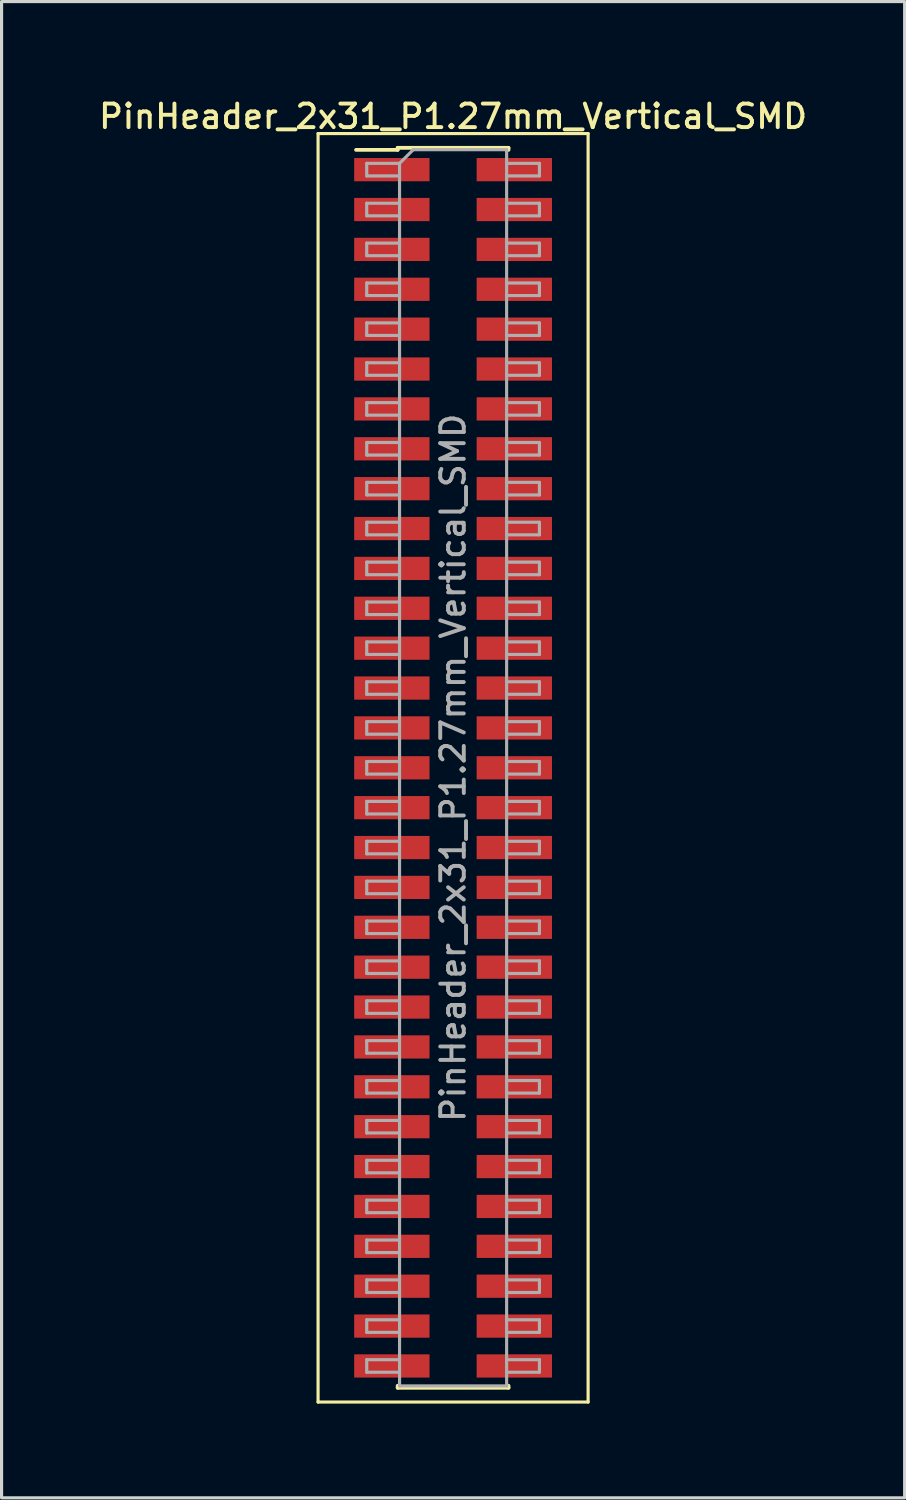
<source format=kicad_pcb>
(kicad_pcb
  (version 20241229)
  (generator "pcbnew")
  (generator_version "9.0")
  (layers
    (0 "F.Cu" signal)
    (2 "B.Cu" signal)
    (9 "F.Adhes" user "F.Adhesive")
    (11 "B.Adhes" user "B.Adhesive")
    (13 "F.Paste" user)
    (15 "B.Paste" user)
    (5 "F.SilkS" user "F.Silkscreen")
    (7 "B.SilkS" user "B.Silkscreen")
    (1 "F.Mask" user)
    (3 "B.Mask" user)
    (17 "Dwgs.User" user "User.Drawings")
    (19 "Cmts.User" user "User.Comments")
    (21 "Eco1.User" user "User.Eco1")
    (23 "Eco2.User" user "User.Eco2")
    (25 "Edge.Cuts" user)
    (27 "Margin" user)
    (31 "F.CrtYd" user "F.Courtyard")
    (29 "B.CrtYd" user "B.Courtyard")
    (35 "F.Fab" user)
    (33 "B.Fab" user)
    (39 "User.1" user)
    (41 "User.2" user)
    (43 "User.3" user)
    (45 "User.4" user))
  (footprint "PinHeader_2x31_P1.27mm_Vertical_SMD"
    (layer "F.Cu")
    (at 11.38 21.403)
    (property "Reference" "PinHeader_2x31_P1.27mm_Vertical_SMD" (at 0 -20.745 0) (layer "F.SilkS") (effects (font (size 0.75 0.75) (thickness 0.125))))
    (attr smd)
    (fp_line (start -4.3 -20.2) (end -4.3 20.2) (stroke (width 0.1) (type solid)) (layer "F.SilkS"))
    (fp_line (start -4.3 20.2) (end 4.3 20.2) (stroke (width 0.1) (type solid)) (layer "F.SilkS"))
    (fp_line (start -3.09 -19.68) (end -1.765 -19.68) (stroke (width 0.12) (type solid)) (layer "F.SilkS"))
    (fp_line (start -1.765 -19.745) (end -1.765 -19.68) (stroke (width 0.12) (type solid)) (layer "F.SilkS"))
    (fp_line (start -1.765 -19.745) (end 1.765 -19.745) (stroke (width 0.12) (type solid)) (layer "F.SilkS"))
    (fp_line (start -1.765 19.68) (end -1.765 19.745) (stroke (width 0.12) (type solid)) (layer "F.SilkS"))
    (fp_line (start -1.765 19.745) (end 1.765 19.745) (stroke (width 0.12) (type solid)) (layer "F.SilkS"))
    (fp_line (start 1.765 -19.745) (end 1.765 -19.68) (stroke (width 0.12) (type solid)) (layer "F.SilkS"))
    (fp_line (start 1.765 19.68) (end 1.765 19.745) (stroke (width 0.12) (type solid)) (layer "F.SilkS"))
    (fp_line (start 4.3 -20.2) (end -4.3 -20.2) (stroke (width 0.1) (type solid)) (layer "F.SilkS"))
    (fp_line (start 4.3 20.2) (end 4.3 -20.2) (stroke (width 0.1) (type solid)) (layer "F.SilkS"))
    (fp_line (start -2.75 -19.25) (end -2.75 -18.85) (stroke (width 0.1) (type solid)) (layer "F.Fab"))
    (fp_line (start -2.75 -18.85) (end -1.705 -18.85) (stroke (width 0.1) (type solid)) (layer "F.Fab"))
    (fp_line (start -2.75 -17.98) (end -2.75 -17.58) (stroke (width 0.1) (type solid)) (layer "F.Fab"))
    (fp_line (start -2.75 -17.58) (end -1.705 -17.58) (stroke (width 0.1) (type solid)) (layer "F.Fab"))
    (fp_line (start -2.75 -16.71) (end -2.75 -16.31) (stroke (width 0.1) (type solid)) (layer "F.Fab"))
    (fp_line (start -2.75 -16.31) (end -1.705 -16.31) (stroke (width 0.1) (type solid)) (layer "F.Fab"))
    (fp_line (start -2.75 -15.44) (end -2.75 -15.04) (stroke (width 0.1) (type solid)) (layer "F.Fab"))
    (fp_line (start -2.75 -15.04) (end -1.705 -15.04) (stroke (width 0.1) (type solid)) (layer "F.Fab"))
    (fp_line (start -2.75 -14.17) (end -2.75 -13.77) (stroke (width 0.1) (type solid)) (layer "F.Fab"))
    (fp_line (start -2.75 -13.77) (end -1.705 -13.77) (stroke (width 0.1) (type solid)) (layer "F.Fab"))
    (fp_line (start -2.75 -12.9) (end -2.75 -12.5) (stroke (width 0.1) (type solid)) (layer "F.Fab"))
    (fp_line (start -2.75 -12.5) (end -1.705 -12.5) (stroke (width 0.1) (type solid)) (layer "F.Fab"))
    (fp_line (start -2.75 -11.63) (end -2.75 -11.23) (stroke (width 0.1) (type solid)) (layer "F.Fab"))
    (fp_line (start -2.75 -11.23) (end -1.705 -11.23) (stroke (width 0.1) (type solid)) (layer "F.Fab"))
    (fp_line (start -2.75 -10.36) (end -2.75 -9.96) (stroke (width 0.1) (type solid)) (layer "F.Fab"))
    (fp_line (start -2.75 -9.96) (end -1.705 -9.96) (stroke (width 0.1) (type solid)) (layer "F.Fab"))
    (fp_line (start -2.75 -9.09) (end -2.75 -8.69) (stroke (width 0.1) (type solid)) (layer "F.Fab"))
    (fp_line (start -2.75 -8.69) (end -1.705 -8.69) (stroke (width 0.1) (type solid)) (layer "F.Fab"))
    (fp_line (start -2.75 -7.82) (end -2.75 -7.42) (stroke (width 0.1) (type solid)) (layer "F.Fab"))
    (fp_line (start -2.75 -7.42) (end -1.705 -7.42) (stroke (width 0.1) (type solid)) (layer "F.Fab"))
    (fp_line (start -2.75 -6.55) (end -2.75 -6.15) (stroke (width 0.1) (type solid)) (layer "F.Fab"))
    (fp_line (start -2.75 -6.15) (end -1.705 -6.15) (stroke (width 0.1) (type solid)) (layer "F.Fab"))
    (fp_line (start -2.75 -5.28) (end -2.75 -4.88) (stroke (width 0.1) (type solid)) (layer "F.Fab"))
    (fp_line (start -2.75 -4.88) (end -1.705 -4.88) (stroke (width 0.1) (type solid)) (layer "F.Fab"))
    (fp_line (start -2.75 -4.01) (end -2.75 -3.61) (stroke (width 0.1) (type solid)) (layer "F.Fab"))
    (fp_line (start -2.75 -3.61) (end -1.705 -3.61) (stroke (width 0.1) (type solid)) (layer "F.Fab"))
    (fp_line (start -2.75 -2.74) (end -2.75 -2.34) (stroke (width 0.1) (type solid)) (layer "F.Fab"))
    (fp_line (start -2.75 -2.34) (end -1.705 -2.34) (stroke (width 0.1) (type solid)) (layer "F.Fab"))
    (fp_line (start -2.75 -1.47) (end -2.75 -1.07) (stroke (width 0.1) (type solid)) (layer "F.Fab"))
    (fp_line (start -2.75 -1.07) (end -1.705 -1.07) (stroke (width 0.1) (type solid)) (layer "F.Fab"))
    (fp_line (start -2.75 -0.2) (end -2.75 0.2) (stroke (width 0.1) (type solid)) (layer "F.Fab"))
    (fp_line (start -2.75 0.2) (end -1.705 0.2) (stroke (width 0.1) (type solid)) (layer "F.Fab"))
    (fp_line (start -2.75 1.07) (end -2.75 1.47) (stroke (width 0.1) (type solid)) (layer "F.Fab"))
    (fp_line (start -2.75 1.47) (end -1.705 1.47) (stroke (width 0.1) (type solid)) (layer "F.Fab"))
    (fp_line (start -2.75 2.34) (end -2.75 2.74) (stroke (width 0.1) (type solid)) (layer "F.Fab"))
    (fp_line (start -2.75 2.74) (end -1.705 2.74) (stroke (width 0.1) (type solid)) (layer "F.Fab"))
    (fp_line (start -2.75 3.61) (end -2.75 4.01) (stroke (width 0.1) (type solid)) (layer "F.Fab"))
    (fp_line (start -2.75 4.01) (end -1.705 4.01) (stroke (width 0.1) (type solid)) (layer "F.Fab"))
    (fp_line (start -2.75 4.88) (end -2.75 5.28) (stroke (width 0.1) (type solid)) (layer "F.Fab"))
    (fp_line (start -2.75 5.28) (end -1.705 5.28) (stroke (width 0.1) (type solid)) (layer "F.Fab"))
    (fp_line (start -2.75 6.15) (end -2.75 6.55) (stroke (width 0.1) (type solid)) (layer "F.Fab"))
    (fp_line (start -2.75 6.55) (end -1.705 6.55) (stroke (width 0.1) (type solid)) (layer "F.Fab"))
    (fp_line (start -2.75 7.42) (end -2.75 7.82) (stroke (width 0.1) (type solid)) (layer "F.Fab"))
    (fp_line (start -2.75 7.82) (end -1.705 7.82) (stroke (width 0.1) (type solid)) (layer "F.Fab"))
    (fp_line (start -2.75 8.69) (end -2.75 9.09) (stroke (width 0.1) (type solid)) (layer "F.Fab"))
    (fp_line (start -2.75 9.09) (end -1.705 9.09) (stroke (width 0.1) (type solid)) (layer "F.Fab"))
    (fp_line (start -2.75 9.96) (end -2.75 10.36) (stroke (width 0.1) (type solid)) (layer "F.Fab"))
    (fp_line (start -2.75 10.36) (end -1.705 10.36) (stroke (width 0.1) (type solid)) (layer "F.Fab"))
    (fp_line (start -2.75 11.23) (end -2.75 11.63) (stroke (width 0.1) (type solid)) (layer "F.Fab"))
    (fp_line (start -2.75 11.63) (end -1.705 11.63) (stroke (width 0.1) (type solid)) (layer "F.Fab"))
    (fp_line (start -2.75 12.5) (end -2.75 12.9) (stroke (width 0.1) (type solid)) (layer "F.Fab"))
    (fp_line (start -2.75 12.9) (end -1.705 12.9) (stroke (width 0.1) (type solid)) (layer "F.Fab"))
    (fp_line (start -2.75 13.77) (end -2.75 14.17) (stroke (width 0.1) (type solid)) (layer "F.Fab"))
    (fp_line (start -2.75 14.17) (end -1.705 14.17) (stroke (width 0.1) (type solid)) (layer "F.Fab"))
    (fp_line (start -2.75 15.04) (end -2.75 15.44) (stroke (width 0.1) (type solid)) (layer "F.Fab"))
    (fp_line (start -2.75 15.44) (end -1.705 15.44) (stroke (width 0.1) (type solid)) (layer "F.Fab"))
    (fp_line (start -2.75 16.31) (end -2.75 16.71) (stroke (width 0.1) (type solid)) (layer "F.Fab"))
    (fp_line (start -2.75 16.71) (end -1.705 16.71) (stroke (width 0.1) (type solid)) (layer "F.Fab"))
    (fp_line (start -2.75 17.58) (end -2.75 17.98) (stroke (width 0.1) (type solid)) (layer "F.Fab"))
    (fp_line (start -2.75 17.98) (end -1.705 17.98) (stroke (width 0.1) (type solid)) (layer "F.Fab"))
    (fp_line (start -2.75 18.85) (end -2.75 19.25) (stroke (width 0.1) (type solid)) (layer "F.Fab"))
    (fp_line (start -2.75 19.25) (end -1.705 19.25) (stroke (width 0.1) (type solid)) (layer "F.Fab"))
    (fp_line (start -1.705 -19.25) (end -2.75 -19.25) (stroke (width 0.1) (type solid)) (layer "F.Fab"))
    (fp_line (start -1.705 -19.25) (end -1.27 -19.685) (stroke (width 0.1) (type solid)) (layer "F.Fab"))
    (fp_line (start -1.705 -17.98) (end -2.75 -17.98) (stroke (width 0.1) (type solid)) (layer "F.Fab"))
    (fp_line (start -1.705 -16.71) (end -2.75 -16.71) (stroke (width 0.1) (type solid)) (layer "F.Fab"))
    (fp_line (start -1.705 -15.44) (end -2.75 -15.44) (stroke (width 0.1) (type solid)) (layer "F.Fab"))
    (fp_line (start -1.705 -14.17) (end -2.75 -14.17) (stroke (width 0.1) (type solid)) (layer "F.Fab"))
    (fp_line (start -1.705 -12.9) (end -2.75 -12.9) (stroke (width 0.1) (type solid)) (layer "F.Fab"))
    (fp_line (start -1.705 -11.63) (end -2.75 -11.63) (stroke (width 0.1) (type solid)) (layer "F.Fab"))
    (fp_line (start -1.705 -10.36) (end -2.75 -10.36) (stroke (width 0.1) (type solid)) (layer "F.Fab"))
    (fp_line (start -1.705 -9.09) (end -2.75 -9.09) (stroke (width 0.1) (type solid)) (layer "F.Fab"))
    (fp_line (start -1.705 -7.82) (end -2.75 -7.82) (stroke (width 0.1) (type solid)) (layer "F.Fab"))
    (fp_line (start -1.705 -6.55) (end -2.75 -6.55) (stroke (width 0.1) (type solid)) (layer "F.Fab"))
    (fp_line (start -1.705 -5.28) (end -2.75 -5.28) (stroke (width 0.1) (type solid)) (layer "F.Fab"))
    (fp_line (start -1.705 -4.01) (end -2.75 -4.01) (stroke (width 0.1) (type solid)) (layer "F.Fab"))
    (fp_line (start -1.705 -2.74) (end -2.75 -2.74) (stroke (width 0.1) (type solid)) (layer "F.Fab"))
    (fp_line (start -1.705 -1.47) (end -2.75 -1.47) (stroke (width 0.1) (type solid)) (layer "F.Fab"))
    (fp_line (start -1.705 -0.2) (end -2.75 -0.2) (stroke (width 0.1) (type solid)) (layer "F.Fab"))
    (fp_line (start -1.705 1.07) (end -2.75 1.07) (stroke (width 0.1) (type solid)) (layer "F.Fab"))
    (fp_line (start -1.705 2.34) (end -2.75 2.34) (stroke (width 0.1) (type solid)) (layer "F.Fab"))
    (fp_line (start -1.705 3.61) (end -2.75 3.61) (stroke (width 0.1) (type solid)) (layer "F.Fab"))
    (fp_line (start -1.705 4.88) (end -2.75 4.88) (stroke (width 0.1) (type solid)) (layer "F.Fab"))
    (fp_line (start -1.705 6.15) (end -2.75 6.15) (stroke (width 0.1) (type solid)) (layer "F.Fab"))
    (fp_line (start -1.705 7.42) (end -2.75 7.42) (stroke (width 0.1) (type solid)) (layer "F.Fab"))
    (fp_line (start -1.705 8.69) (end -2.75 8.69) (stroke (width 0.1) (type solid)) (layer "F.Fab"))
    (fp_line (start -1.705 9.96) (end -2.75 9.96) (stroke (width 0.1) (type solid)) (layer "F.Fab"))
    (fp_line (start -1.705 11.23) (end -2.75 11.23) (stroke (width 0.1) (type solid)) (layer "F.Fab"))
    (fp_line (start -1.705 12.5) (end -2.75 12.5) (stroke (width 0.1) (type solid)) (layer "F.Fab"))
    (fp_line (start -1.705 13.77) (end -2.75 13.77) (stroke (width 0.1) (type solid)) (layer "F.Fab"))
    (fp_line (start -1.705 15.04) (end -2.75 15.04) (stroke (width 0.1) (type solid)) (layer "F.Fab"))
    (fp_line (start -1.705 16.31) (end -2.75 16.31) (stroke (width 0.1) (type solid)) (layer "F.Fab"))
    (fp_line (start -1.705 17.58) (end -2.75 17.58) (stroke (width 0.1) (type solid)) (layer "F.Fab"))
    (fp_line (start -1.705 18.85) (end -2.75 18.85) (stroke (width 0.1) (type solid)) (layer "F.Fab"))
    (fp_line (start -1.705 19.685) (end -1.705 -19.25) (stroke (width 0.1) (type solid)) (layer "F.Fab"))
    (fp_line (start -1.27 -19.685) (end 1.705 -19.685) (stroke (width 0.1) (type solid)) (layer "F.Fab"))
    (fp_line (start 1.705 -19.685) (end 1.705 19.685) (stroke (width 0.1) (type solid)) (layer "F.Fab"))
    (fp_line (start 1.705 -19.25) (end 2.75 -19.25) (stroke (width 0.1) (type solid)) (layer "F.Fab"))
    (fp_line (start 1.705 -17.98) (end 2.75 -17.98) (stroke (width 0.1) (type solid)) (layer "F.Fab"))
    (fp_line (start 1.705 -16.71) (end 2.75 -16.71) (stroke (width 0.1) (type solid)) (layer "F.Fab"))
    (fp_line (start 1.705 -15.44) (end 2.75 -15.44) (stroke (width 0.1) (type solid)) (layer "F.Fab"))
    (fp_line (start 1.705 -14.17) (end 2.75 -14.17) (stroke (width 0.1) (type solid)) (layer "F.Fab"))
    (fp_line (start 1.705 -12.9) (end 2.75 -12.9) (stroke (width 0.1) (type solid)) (layer "F.Fab"))
    (fp_line (start 1.705 -11.63) (end 2.75 -11.63) (stroke (width 0.1) (type solid)) (layer "F.Fab"))
    (fp_line (start 1.705 -10.36) (end 2.75 -10.36) (stroke (width 0.1) (type solid)) (layer "F.Fab"))
    (fp_line (start 1.705 -9.09) (end 2.75 -9.09) (stroke (width 0.1) (type solid)) (layer "F.Fab"))
    (fp_line (start 1.705 -7.82) (end 2.75 -7.82) (stroke (width 0.1) (type solid)) (layer "F.Fab"))
    (fp_line (start 1.705 -6.55) (end 2.75 -6.55) (stroke (width 0.1) (type solid)) (layer "F.Fab"))
    (fp_line (start 1.705 -5.28) (end 2.75 -5.28) (stroke (width 0.1) (type solid)) (layer "F.Fab"))
    (fp_line (start 1.705 -4.01) (end 2.75 -4.01) (stroke (width 0.1) (type solid)) (layer "F.Fab"))
    (fp_line (start 1.705 -2.74) (end 2.75 -2.74) (stroke (width 0.1) (type solid)) (layer "F.Fab"))
    (fp_line (start 1.705 -1.47) (end 2.75 -1.47) (stroke (width 0.1) (type solid)) (layer "F.Fab"))
    (fp_line (start 1.705 -0.2) (end 2.75 -0.2) (stroke (width 0.1) (type solid)) (layer "F.Fab"))
    (fp_line (start 1.705 1.07) (end 2.75 1.07) (stroke (width 0.1) (type solid)) (layer "F.Fab"))
    (fp_line (start 1.705 2.34) (end 2.75 2.34) (stroke (width 0.1) (type solid)) (layer "F.Fab"))
    (fp_line (start 1.705 3.61) (end 2.75 3.61) (stroke (width 0.1) (type solid)) (layer "F.Fab"))
    (fp_line (start 1.705 4.88) (end 2.75 4.88) (stroke (width 0.1) (type solid)) (layer "F.Fab"))
    (fp_line (start 1.705 6.15) (end 2.75 6.15) (stroke (width 0.1) (type solid)) (layer "F.Fab"))
    (fp_line (start 1.705 7.42) (end 2.75 7.42) (stroke (width 0.1) (type solid)) (layer "F.Fab"))
    (fp_line (start 1.705 8.69) (end 2.75 8.69) (stroke (width 0.1) (type solid)) (layer "F.Fab"))
    (fp_line (start 1.705 9.96) (end 2.75 9.96) (stroke (width 0.1) (type solid)) (layer "F.Fab"))
    (fp_line (start 1.705 11.23) (end 2.75 11.23) (stroke (width 0.1) (type solid)) (layer "F.Fab"))
    (fp_line (start 1.705 12.5) (end 2.75 12.5) (stroke (width 0.1) (type solid)) (layer "F.Fab"))
    (fp_line (start 1.705 13.77) (end 2.75 13.77) (stroke (width 0.1) (type solid)) (layer "F.Fab"))
    (fp_line (start 1.705 15.04) (end 2.75 15.04) (stroke (width 0.1) (type solid)) (layer "F.Fab"))
    (fp_line (start 1.705 16.31) (end 2.75 16.31) (stroke (width 0.1) (type solid)) (layer "F.Fab"))
    (fp_line (start 1.705 17.58) (end 2.75 17.58) (stroke (width 0.1) (type solid)) (layer "F.Fab"))
    (fp_line (start 1.705 18.85) (end 2.75 18.85) (stroke (width 0.1) (type solid)) (layer "F.Fab"))
    (fp_line (start 1.705 19.685) (end -1.705 19.685) (stroke (width 0.1) (type solid)) (layer "F.Fab"))
    (fp_line (start 2.75 -19.25) (end 2.75 -18.85) (stroke (width 0.1) (type solid)) (layer "F.Fab"))
    (fp_line (start 2.75 -18.85) (end 1.705 -18.85) (stroke (width 0.1) (type solid)) (layer "F.Fab"))
    (fp_line (start 2.75 -17.98) (end 2.75 -17.58) (stroke (width 0.1) (type solid)) (layer "F.Fab"))
    (fp_line (start 2.75 -17.58) (end 1.705 -17.58) (stroke (width 0.1) (type solid)) (layer "F.Fab"))
    (fp_line (start 2.75 -16.71) (end 2.75 -16.31) (stroke (width 0.1) (type solid)) (layer "F.Fab"))
    (fp_line (start 2.75 -16.31) (end 1.705 -16.31) (stroke (width 0.1) (type solid)) (layer "F.Fab"))
    (fp_line (start 2.75 -15.44) (end 2.75 -15.04) (stroke (width 0.1) (type solid)) (layer "F.Fab"))
    (fp_line (start 2.75 -15.04) (end 1.705 -15.04) (stroke (width 0.1) (type solid)) (layer "F.Fab"))
    (fp_line (start 2.75 -14.17) (end 2.75 -13.77) (stroke (width 0.1) (type solid)) (layer "F.Fab"))
    (fp_line (start 2.75 -13.77) (end 1.705 -13.77) (stroke (width 0.1) (type solid)) (layer "F.Fab"))
    (fp_line (start 2.75 -12.9) (end 2.75 -12.5) (stroke (width 0.1) (type solid)) (layer "F.Fab"))
    (fp_line (start 2.75 -12.5) (end 1.705 -12.5) (stroke (width 0.1) (type solid)) (layer "F.Fab"))
    (fp_line (start 2.75 -11.63) (end 2.75 -11.23) (stroke (width 0.1) (type solid)) (layer "F.Fab"))
    (fp_line (start 2.75 -11.23) (end 1.705 -11.23) (stroke (width 0.1) (type solid)) (layer "F.Fab"))
    (fp_line (start 2.75 -10.36) (end 2.75 -9.96) (stroke (width 0.1) (type solid)) (layer "F.Fab"))
    (fp_line (start 2.75 -9.96) (end 1.705 -9.96) (stroke (width 0.1) (type solid)) (layer "F.Fab"))
    (fp_line (start 2.75 -9.09) (end 2.75 -8.69) (stroke (width 0.1) (type solid)) (layer "F.Fab"))
    (fp_line (start 2.75 -8.69) (end 1.705 -8.69) (stroke (width 0.1) (type solid)) (layer "F.Fab"))
    (fp_line (start 2.75 -7.82) (end 2.75 -7.42) (stroke (width 0.1) (type solid)) (layer "F.Fab"))
    (fp_line (start 2.75 -7.42) (end 1.705 -7.42) (stroke (width 0.1) (type solid)) (layer "F.Fab"))
    (fp_line (start 2.75 -6.55) (end 2.75 -6.15) (stroke (width 0.1) (type solid)) (layer "F.Fab"))
    (fp_line (start 2.75 -6.15) (end 1.705 -6.15) (stroke (width 0.1) (type solid)) (layer "F.Fab"))
    (fp_line (start 2.75 -5.28) (end 2.75 -4.88) (stroke (width 0.1) (type solid)) (layer "F.Fab"))
    (fp_line (start 2.75 -4.88) (end 1.705 -4.88) (stroke (width 0.1) (type solid)) (layer "F.Fab"))
    (fp_line (start 2.75 -4.01) (end 2.75 -3.61) (stroke (width 0.1) (type solid)) (layer "F.Fab"))
    (fp_line (start 2.75 -3.61) (end 1.705 -3.61) (stroke (width 0.1) (type solid)) (layer "F.Fab"))
    (fp_line (start 2.75 -2.74) (end 2.75 -2.34) (stroke (width 0.1) (type solid)) (layer "F.Fab"))
    (fp_line (start 2.75 -2.34) (end 1.705 -2.34) (stroke (width 0.1) (type solid)) (layer "F.Fab"))
    (fp_line (start 2.75 -1.47) (end 2.75 -1.07) (stroke (width 0.1) (type solid)) (layer "F.Fab"))
    (fp_line (start 2.75 -1.07) (end 1.705 -1.07) (stroke (width 0.1) (type solid)) (layer "F.Fab"))
    (fp_line (start 2.75 -0.2) (end 2.75 0.2) (stroke (width 0.1) (type solid)) (layer "F.Fab"))
    (fp_line (start 2.75 0.2) (end 1.705 0.2) (stroke (width 0.1) (type solid)) (layer "F.Fab"))
    (fp_line (start 2.75 1.07) (end 2.75 1.47) (stroke (width 0.1) (type solid)) (layer "F.Fab"))
    (fp_line (start 2.75 1.47) (end 1.705 1.47) (stroke (width 0.1) (type solid)) (layer "F.Fab"))
    (fp_line (start 2.75 2.34) (end 2.75 2.74) (stroke (width 0.1) (type solid)) (layer "F.Fab"))
    (fp_line (start 2.75 2.74) (end 1.705 2.74) (stroke (width 0.1) (type solid)) (layer "F.Fab"))
    (fp_line (start 2.75 3.61) (end 2.75 4.01) (stroke (width 0.1) (type solid)) (layer "F.Fab"))
    (fp_line (start 2.75 4.01) (end 1.705 4.01) (stroke (width 0.1) (type solid)) (layer "F.Fab"))
    (fp_line (start 2.75 4.88) (end 2.75 5.28) (stroke (width 0.1) (type solid)) (layer "F.Fab"))
    (fp_line (start 2.75 5.28) (end 1.705 5.28) (stroke (width 0.1) (type solid)) (layer "F.Fab"))
    (fp_line (start 2.75 6.15) (end 2.75 6.55) (stroke (width 0.1) (type solid)) (layer "F.Fab"))
    (fp_line (start 2.75 6.55) (end 1.705 6.55) (stroke (width 0.1) (type solid)) (layer "F.Fab"))
    (fp_line (start 2.75 7.42) (end 2.75 7.82) (stroke (width 0.1) (type solid)) (layer "F.Fab"))
    (fp_line (start 2.75 7.82) (end 1.705 7.82) (stroke (width 0.1) (type solid)) (layer "F.Fab"))
    (fp_line (start 2.75 8.69) (end 2.75 9.09) (stroke (width 0.1) (type solid)) (layer "F.Fab"))
    (fp_line (start 2.75 9.09) (end 1.705 9.09) (stroke (width 0.1) (type solid)) (layer "F.Fab"))
    (fp_line (start 2.75 9.96) (end 2.75 10.36) (stroke (width 0.1) (type solid)) (layer "F.Fab"))
    (fp_line (start 2.75 10.36) (end 1.705 10.36) (stroke (width 0.1) (type solid)) (layer "F.Fab"))
    (fp_line (start 2.75 11.23) (end 2.75 11.63) (stroke (width 0.1) (type solid)) (layer "F.Fab"))
    (fp_line (start 2.75 11.63) (end 1.705 11.63) (stroke (width 0.1) (type solid)) (layer "F.Fab"))
    (fp_line (start 2.75 12.5) (end 2.75 12.9) (stroke (width 0.1) (type solid)) (layer "F.Fab"))
    (fp_line (start 2.75 12.9) (end 1.705 12.9) (stroke (width 0.1) (type solid)) (layer "F.Fab"))
    (fp_line (start 2.75 13.77) (end 2.75 14.17) (stroke (width 0.1) (type solid)) (layer "F.Fab"))
    (fp_line (start 2.75 14.17) (end 1.705 14.17) (stroke (width 0.1) (type solid)) (layer "F.Fab"))
    (fp_line (start 2.75 15.04) (end 2.75 15.44) (stroke (width 0.1) (type solid)) (layer "F.Fab"))
    (fp_line (start 2.75 15.44) (end 1.705 15.44) (stroke (width 0.1) (type solid)) (layer "F.Fab"))
    (fp_line (start 2.75 16.31) (end 2.75 16.71) (stroke (width 0.1) (type solid)) (layer "F.Fab"))
    (fp_line (start 2.75 16.71) (end 1.705 16.71) (stroke (width 0.1) (type solid)) (layer "F.Fab"))
    (fp_line (start 2.75 17.58) (end 2.75 17.98) (stroke (width 0.1) (type solid)) (layer "F.Fab"))
    (fp_line (start 2.75 17.98) (end 1.705 17.98) (stroke (width 0.1) (type solid)) (layer "F.Fab"))
    (fp_line (start 2.75 18.85) (end 2.75 19.25) (stroke (width 0.1) (type solid)) (layer "F.Fab"))
    (fp_line (start 2.75 19.25) (end 1.705 19.25) (stroke (width 0.1) (type solid)) (layer "F.Fab"))
    (fp_text user "${REFERENCE}" (at 0 0 90) (layer "F.Fab") (effects (font (size 0.75 0.75) (thickness 0.125))))
    (pad "1" smd rect (at -1.95 -19.05) (size 2.4 0.74) (layers "F.Cu" "F.Mask" "F.Paste"))
    (pad "2" smd rect (at 1.95 -19.05) (size 2.4 0.74) (layers "F.Cu" "F.Mask" "F.Paste"))
    (pad "3" smd rect (at -1.95 -17.78) (size 2.4 0.74) (layers "F.Cu" "F.Mask" "F.Paste"))
    (pad "4" smd rect (at 1.95 -17.78) (size 2.4 0.74) (layers "F.Cu" "F.Mask" "F.Paste"))
    (pad "5" smd rect (at -1.95 -16.51) (size 2.4 0.74) (layers "F.Cu" "F.Mask" "F.Paste"))
    (pad "6" smd rect (at 1.95 -16.51) (size 2.4 0.74) (layers "F.Cu" "F.Mask" "F.Paste"))
    (pad "7" smd rect (at -1.95 -15.24) (size 2.4 0.74) (layers "F.Cu" "F.Mask" "F.Paste"))
    (pad "8" smd rect (at 1.95 -15.24) (size 2.4 0.74) (layers "F.Cu" "F.Mask" "F.Paste"))
    (pad "9" smd rect (at -1.95 -13.97) (size 2.4 0.74) (layers "F.Cu" "F.Mask" "F.Paste"))
    (pad "10" smd rect (at 1.95 -13.97) (size 2.4 0.74) (layers "F.Cu" "F.Mask" "F.Paste"))
    (pad "11" smd rect (at -1.95 -12.7) (size 2.4 0.74) (layers "F.Cu" "F.Mask" "F.Paste"))
    (pad "12" smd rect (at 1.95 -12.7) (size 2.4 0.74) (layers "F.Cu" "F.Mask" "F.Paste"))
    (pad "13" smd rect (at -1.95 -11.43) (size 2.4 0.74) (layers "F.Cu" "F.Mask" "F.Paste"))
    (pad "14" smd rect (at 1.95 -11.43) (size 2.4 0.74) (layers "F.Cu" "F.Mask" "F.Paste"))
    (pad "15" smd rect (at -1.95 -10.16) (size 2.4 0.74) (layers "F.Cu" "F.Mask" "F.Paste"))
    (pad "16" smd rect (at 1.95 -10.16) (size 2.4 0.74) (layers "F.Cu" "F.Mask" "F.Paste"))
    (pad "17" smd rect (at -1.95 -8.89) (size 2.4 0.74) (layers "F.Cu" "F.Mask" "F.Paste"))
    (pad "18" smd rect (at 1.95 -8.89) (size 2.4 0.74) (layers "F.Cu" "F.Mask" "F.Paste"))
    (pad "19" smd rect (at -1.95 -7.62) (size 2.4 0.74) (layers "F.Cu" "F.Mask" "F.Paste"))
    (pad "20" smd rect (at 1.95 -7.62) (size 2.4 0.74) (layers "F.Cu" "F.Mask" "F.Paste"))
    (pad "21" smd rect (at -1.95 -6.35) (size 2.4 0.74) (layers "F.Cu" "F.Mask" "F.Paste"))
    (pad "22" smd rect (at 1.95 -6.35) (size 2.4 0.74) (layers "F.Cu" "F.Mask" "F.Paste"))
    (pad "23" smd rect (at -1.95 -5.08) (size 2.4 0.74) (layers "F.Cu" "F.Mask" "F.Paste"))
    (pad "24" smd rect (at 1.95 -5.08) (size 2.4 0.74) (layers "F.Cu" "F.Mask" "F.Paste"))
    (pad "25" smd rect (at -1.95 -3.81) (size 2.4 0.74) (layers "F.Cu" "F.Mask" "F.Paste"))
    (pad "26" smd rect (at 1.95 -3.81) (size 2.4 0.74) (layers "F.Cu" "F.Mask" "F.Paste"))
    (pad "27" smd rect (at -1.95 -2.54) (size 2.4 0.74) (layers "F.Cu" "F.Mask" "F.Paste"))
    (pad "28" smd rect (at 1.95 -2.54) (size 2.4 0.74) (layers "F.Cu" "F.Mask" "F.Paste"))
    (pad "29" smd rect (at -1.95 -1.27) (size 2.4 0.74) (layers "F.Cu" "F.Mask" "F.Paste"))
    (pad "30" smd rect (at 1.95 -1.27) (size 2.4 0.74) (layers "F.Cu" "F.Mask" "F.Paste"))
    (pad "31" smd rect (at -1.95 0) (size 2.4 0.74) (layers "F.Cu" "F.Mask" "F.Paste"))
    (pad "32" smd rect (at 1.95 0) (size 2.4 0.74) (layers "F.Cu" "F.Mask" "F.Paste"))
    (pad "33" smd rect (at -1.95 1.27) (size 2.4 0.74) (layers "F.Cu" "F.Mask" "F.Paste"))
    (pad "34" smd rect (at 1.95 1.27) (size 2.4 0.74) (layers "F.Cu" "F.Mask" "F.Paste"))
    (pad "35" smd rect (at -1.95 2.54) (size 2.4 0.74) (layers "F.Cu" "F.Mask" "F.Paste"))
    (pad "36" smd rect (at 1.95 2.54) (size 2.4 0.74) (layers "F.Cu" "F.Mask" "F.Paste"))
    (pad "37" smd rect (at -1.95 3.81) (size 2.4 0.74) (layers "F.Cu" "F.Mask" "F.Paste"))
    (pad "38" smd rect (at 1.95 3.81) (size 2.4 0.74) (layers "F.Cu" "F.Mask" "F.Paste"))
    (pad "39" smd rect (at -1.95 5.08) (size 2.4 0.74) (layers "F.Cu" "F.Mask" "F.Paste"))
    (pad "40" smd rect (at 1.95 5.08) (size 2.4 0.74) (layers "F.Cu" "F.Mask" "F.Paste"))
    (pad "41" smd rect (at -1.95 6.35) (size 2.4 0.74) (layers "F.Cu" "F.Mask" "F.Paste"))
    (pad "42" smd rect (at 1.95 6.35) (size 2.4 0.74) (layers "F.Cu" "F.Mask" "F.Paste"))
    (pad "43" smd rect (at -1.95 7.62) (size 2.4 0.74) (layers "F.Cu" "F.Mask" "F.Paste"))
    (pad "44" smd rect (at 1.95 7.62) (size 2.4 0.74) (layers "F.Cu" "F.Mask" "F.Paste"))
    (pad "45" smd rect (at -1.95 8.89) (size 2.4 0.74) (layers "F.Cu" "F.Mask" "F.Paste"))
    (pad "46" smd rect (at 1.95 8.89) (size 2.4 0.74) (layers "F.Cu" "F.Mask" "F.Paste"))
    (pad "47" smd rect (at -1.95 10.16) (size 2.4 0.74) (layers "F.Cu" "F.Mask" "F.Paste"))
    (pad "48" smd rect (at 1.95 10.16) (size 2.4 0.74) (layers "F.Cu" "F.Mask" "F.Paste"))
    (pad "49" smd rect (at -1.95 11.43) (size 2.4 0.74) (layers "F.Cu" "F.Mask" "F.Paste"))
    (pad "50" smd rect (at 1.95 11.43) (size 2.4 0.74) (layers "F.Cu" "F.Mask" "F.Paste"))
    (pad "51" smd rect (at -1.95 12.7) (size 2.4 0.74) (layers "F.Cu" "F.Mask" "F.Paste"))
    (pad "52" smd rect (at 1.95 12.7) (size 2.4 0.74) (layers "F.Cu" "F.Mask" "F.Paste"))
    (pad "53" smd rect (at -1.95 13.97) (size 2.4 0.74) (layers "F.Cu" "F.Mask" "F.Paste"))
    (pad "54" smd rect (at 1.95 13.97) (size 2.4 0.74) (layers "F.Cu" "F.Mask" "F.Paste"))
    (pad "55" smd rect (at -1.95 15.24) (size 2.4 0.74) (layers "F.Cu" "F.Mask" "F.Paste"))
    (pad "56" smd rect (at 1.95 15.24) (size 2.4 0.74) (layers "F.Cu" "F.Mask" "F.Paste"))
    (pad "57" smd rect (at -1.95 16.51) (size 2.4 0.74) (layers "F.Cu" "F.Mask" "F.Paste"))
    (pad "58" smd rect (at 1.95 16.51) (size 2.4 0.74) (layers "F.Cu" "F.Mask" "F.Paste"))
    (pad "59" smd rect (at -1.95 17.78) (size 2.4 0.74) (layers "F.Cu" "F.Mask" "F.Paste"))
    (pad "60" smd rect (at 1.95 17.78) (size 2.4 0.74) (layers "F.Cu" "F.Mask" "F.Paste"))
    (pad "61" smd rect (at -1.95 19.05) (size 2.4 0.74) (layers "F.Cu" "F.Mask" "F.Paste"))
    (pad "62" smd rect (at 1.95 19.05) (size 2.4 0.74) (layers "F.Cu" "F.Mask" "F.Paste")))
  (gr_rect
    (start -3 -3)
    (end 25.761 44.653)
    (stroke (width 0.1) (type default))
    (fill no)
    (layer "Edge.Cuts")))
</source>
